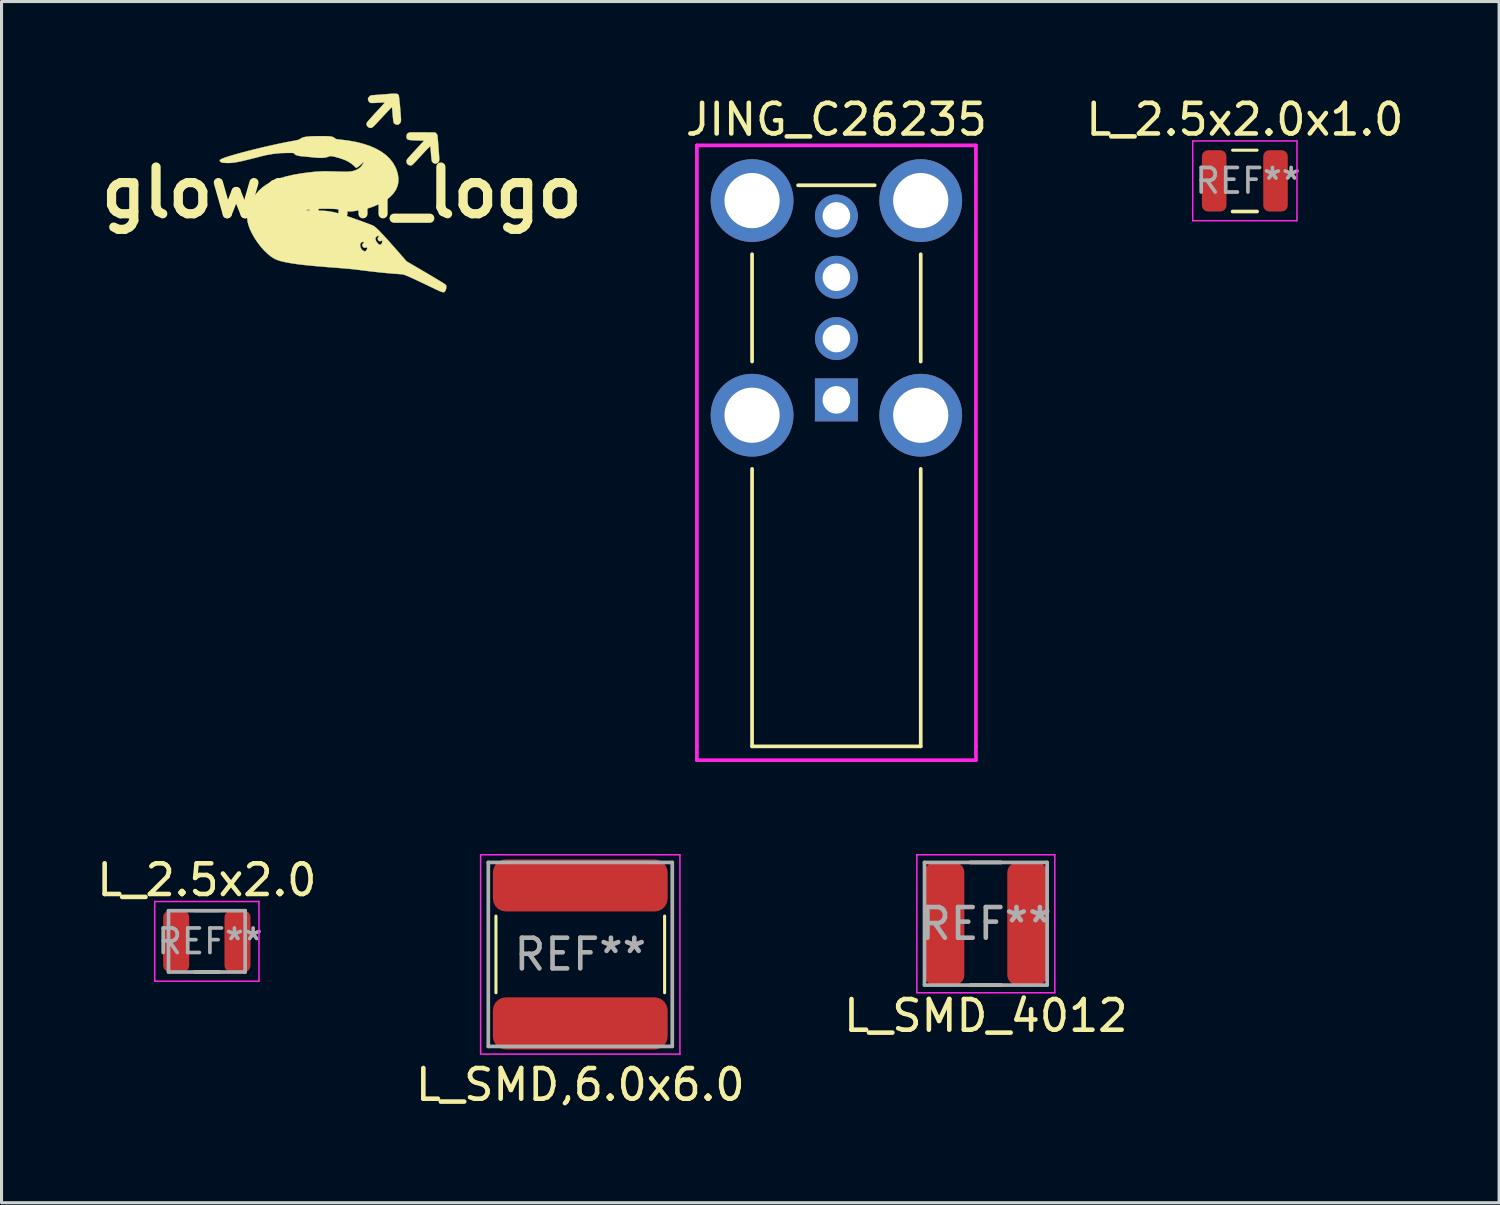
<source format=kicad_pcb>
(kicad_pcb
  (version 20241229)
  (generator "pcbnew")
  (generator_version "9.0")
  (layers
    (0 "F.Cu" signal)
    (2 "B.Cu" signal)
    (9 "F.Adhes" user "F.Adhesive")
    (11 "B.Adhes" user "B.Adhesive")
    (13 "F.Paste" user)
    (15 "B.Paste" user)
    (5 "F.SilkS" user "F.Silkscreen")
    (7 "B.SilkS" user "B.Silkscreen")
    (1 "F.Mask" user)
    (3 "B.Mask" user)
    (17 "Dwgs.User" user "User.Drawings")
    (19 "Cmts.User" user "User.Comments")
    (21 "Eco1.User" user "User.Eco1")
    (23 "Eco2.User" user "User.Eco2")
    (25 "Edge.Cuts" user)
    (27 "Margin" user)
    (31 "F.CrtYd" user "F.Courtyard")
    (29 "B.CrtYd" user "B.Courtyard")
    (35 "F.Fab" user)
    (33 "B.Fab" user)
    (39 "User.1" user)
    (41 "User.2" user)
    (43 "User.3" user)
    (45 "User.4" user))
  (footprint "L_SMD,6.0x6.0"
    (layer "F.Cu")
    (at 15.875 28.077)
    (property "Reference" "L_SMD,6.0x6.0" (at 0 4.25 0) (layer "F.SilkS") (effects (font (size 1 1) (thickness 0.15))))
    (attr smd)
    (fp_line (start -2.75 -1.25) (end -2.75 1.25) (stroke (width 0.1) (type solid)) (layer "F.SilkS"))
    (fp_line (start 2.75 1.25) (end 2.75 -1.25) (stroke (width 0.1) (type solid)) (layer "F.SilkS"))
    (fp_line (start -3.25 -3.25) (end -3.25 3.25) (stroke (width 0.05) (type solid)) (layer "F.CrtYd"))
    (fp_line (start -3.25 3.25) (end 3.25 3.25) (stroke (width 0.05) (type solid)) (layer "F.CrtYd"))
    (fp_line (start 3.25 -3.25) (end -3.25 -3.25) (stroke (width 0.05) (type solid)) (layer "F.CrtYd"))
    (fp_line (start 3.25 3.25) (end 3.25 -3.25) (stroke (width 0.05) (type solid)) (layer "F.CrtYd"))
    (fp_line (start -3 -3) (end -3 3) (stroke (width 0.12) (type solid)) (layer "F.Fab"))
    (fp_line (start -3 3) (end 3 3) (stroke (width 0.12) (type solid)) (layer "F.Fab"))
    (fp_line (start 3 -3) (end -3 -3) (stroke (width 0.12) (type solid)) (layer "F.Fab"))
    (fp_line (start 3 3) (end 3 -3) (stroke (width 0.12) (type solid)) (layer "F.Fab"))
    (fp_text user "REF**" (at 0 0 0) (layer "F.Fab") (effects (font (size 1 1) (thickness 0.15))))
    (pad "1" smd roundrect (at 0 -2.25 180) (size 5.7 1.7) (layers "F.Cu" "F.Mask" "F.Paste") (roundrect_rratio 0.25))
    (pad "2" smd roundrect (at 0 2.25) (size 5.7 1.7) (layers "F.Cu" "F.Mask" "F.Paste") (roundrect_rratio 0.25)))
  (footprint "JING_C26235"
    (layer "F.Cu")
    (at 24.228 9.992)
    (property "Reference" "JING_C26235" (at 0 -9.144 0) (layer "F.SilkS") (effects (font (size 1 1) (thickness 0.15))))
    (attr through_hole)
    (fp_line (start -2.75 -1.25) (end -2.75 -4.75) (stroke (width 0.12) (type solid)) (layer "F.SilkS"))
    (fp_line (start -2.75 11.3) (end -2.75 2.25) (stroke (width 0.12) (type solid)) (layer "F.SilkS"))
    (fp_line (start -1.25 -7) (end 1.25 -7) (stroke (width 0.12) (type solid)) (layer "F.SilkS"))
    (fp_line (start 2.75 -1.25) (end 2.75 -4.75) (stroke (width 0.12) (type solid)) (layer "F.SilkS"))
    (fp_line (start 2.75 11.3) (end -2.75 11.3) (stroke (width 0.12) (type solid)) (layer "F.SilkS"))
    (fp_line (start 2.75 11.3) (end 2.75 2.25) (stroke (width 0.12) (type solid)) (layer "F.SilkS"))
    (fp_line (start -4.55 -8.3) (end -4.55 11.3) (stroke (width 0.12) (type solid)) (layer "F.CrtYd"))
    (fp_line (start -4.55 -8.3) (end 4.55 -8.3) (stroke (width 0.12) (type solid)) (layer "F.CrtYd"))
    (fp_line (start -4.55 11.3) (end -4.55 11.75) (stroke (width 0.12) (type solid)) (layer "F.CrtYd"))
    (fp_line (start 4.55 -8.3) (end 4.55 11.3) (stroke (width 0.12) (type solid)) (layer "F.CrtYd"))
    (fp_line (start 4.55 11.3) (end 4.55 11.75) (stroke (width 0.12) (type solid)) (layer "F.CrtYd"))
    (fp_line (start 4.55 11.75) (end -4.55 11.75) (stroke (width 0.12) (type solid)) (layer "F.CrtYd"))
    (pad "1" thru_hole rect (at 0 0) (size 1.4 1.4) (drill 0.9) (layers "*.Cu" "*.Mask"))
    (pad "2" thru_hole circle (at 0 -2) (size 1.4 1.4) (drill 0.9) (layers "*.Cu" "*.Mask"))
    (pad "3" thru_hole circle (at 0 -4) (size 1.4 1.4) (drill 0.9) (layers "*.Cu" "*.Mask"))
    (pad "4" thru_hole circle (at 0 -6) (size 1.4 1.4) (drill 0.9) (layers "*.Cu" "*.Mask"))
    (pad "5" thru_hole circle (at -2.75 -6.5) (size 2.7 2.7) (drill 1.8) (layers "*.Cu" "*.Mask"))
    (pad "5" thru_hole circle (at -2.75 0.5) (size 2.7 2.7) (drill 1.8) (layers "*.Cu" "*.Mask"))
    (pad "5" thru_hole circle (at 2.75 -6.5) (size 2.7 2.7) (drill 1.8) (layers "*.Cu" "*.Mask"))
    (pad "5" thru_hole circle (at 2.75 0.5) (size 2.7 2.7) (drill 1.8) (layers "*.Cu" "*.Mask")))
  (footprint "gloworm_logo"
    (layer "F.Cu")
    (at 8.099 3.232)
    (property "Reference" "gloworm_logo" (at 0 0 0) (layer "F.SilkS") (effects (font (size 1.524 1.524) (thickness 0.3))))
    (attr through_hole)
    (fp_poly (pts (xy 2.609 -1.966) (xy 2.65 -1.966) (xy 3.046 -1.962) (xy 3.078 -1.932) (xy 3.103 -1.901) (xy 3.117 -1.869) (xy 3.117 -1.868) (xy 3.12 -1.847) (xy 3.124 -1.804) (xy 3.129 -1.743) (xy 3.136 -1.67) (xy 3.143 -1.587) (xy 3.149 -1.499) (xy 3.156 -1.411) (xy 3.163 -1.325) (xy 3.168 -1.246) (xy 3.173 -1.178) (xy 3.176 -1.125) (xy 3.178 -1.091) (xy 3.178 -1.09) (xy 3.171 -1.029) (xy 3.146 -0.985) (xy 3.102 -0.956) (xy 3.087 -0.951) (xy 3.051 -0.943) (xy 3.023 -0.947) (xy 2.995 -0.961) (xy 2.963 -0.986) (xy 2.94 -1.013) (xy 2.938 -1.017) (xy 2.932 -1.039) (xy 2.926 -1.082) (xy 2.919 -1.141) (xy 2.912 -1.211) (xy 2.908 -1.27) (xy 2.902 -1.343) (xy 2.896 -1.408) (xy 2.891 -1.46) (xy 2.887 -1.495) (xy 2.884 -1.508) (xy 2.873 -1.504) (xy 2.847 -1.482) (xy 2.806 -1.442) (xy 2.752 -1.387) (xy 2.686 -1.316) (xy 2.645 -1.273) (xy 2.558 -1.178) (xy 2.487 -1.1) (xy 2.429 -1.037) (xy 2.383 -0.988) (xy 2.348 -0.951) (xy 2.321 -0.925) (xy 2.301 -0.907) (xy 2.285 -0.896) (xy 2.274 -0.89) (xy 2.263 -0.888) (xy 2.252 -0.888) (xy 2.24 -0.889) (xy 2.237 -0.889) (xy 2.194 -0.894) (xy 2.16 -0.912) (xy 2.145 -0.926) (xy 2.118 -0.961) (xy 2.109 -1.001) (xy 2.108 -1.014) (xy 2.108 -1.029) (xy 2.109 -1.042) (xy 2.113 -1.056) (xy 2.121 -1.072) (xy 2.134 -1.093) (xy 2.156 -1.119) (xy 2.186 -1.155) (xy 2.227 -1.201) (xy 2.28 -1.26) (xy 2.348 -1.333) (xy 2.43 -1.422) (xy 2.681 -1.695) (xy 2.436 -1.702) (xy 2.336 -1.705) (xy 2.259 -1.71) (xy 2.201 -1.717) (xy 2.16 -1.728) (xy 2.133 -1.745) (xy 2.118 -1.768) (xy 2.11 -1.798) (xy 2.108 -1.837) (xy 2.108 -1.841) (xy 2.119 -1.895) (xy 2.151 -1.936) (xy 2.201 -1.96) (xy 2.212 -1.962) (xy 2.235 -1.964) (xy 2.28 -1.965) (xy 2.343 -1.966) (xy 2.421 -1.967) (xy 2.511 -1.967) (xy 2.609 -1.966)) (stroke (width 0.01) (type solid)) (fill yes) (layer "F.SilkS"))
    (fp_poly (pts (xy 1.768 -3.225) (xy 1.799 -3.22) (xy 1.822 -3.211) (xy 1.837 -3.199) (xy 1.849 -3.184) (xy 1.855 -3.173) (xy 1.859 -3.155) (xy 1.865 -3.115) (xy 1.872 -3.057) (xy 1.88 -2.985) (xy 1.888 -2.903) (xy 1.897 -2.815) (xy 1.905 -2.724) (xy 1.912 -2.634) (xy 1.919 -2.549) (xy 1.924 -2.473) (xy 1.928 -2.409) (xy 1.93 -2.362) (xy 1.93 -2.354) (xy 1.92 -2.3) (xy 1.891 -2.254) (xy 1.85 -2.223) (xy 1.829 -2.216) (xy 1.785 -2.217) (xy 1.738 -2.234) (xy 1.701 -2.261) (xy 1.692 -2.273) (xy 1.687 -2.293) (xy 1.68 -2.334) (xy 1.672 -2.391) (xy 1.664 -2.461) (xy 1.657 -2.538) (xy 1.657 -2.542) (xy 1.651 -2.618) (xy 1.645 -2.685) (xy 1.64 -2.738) (xy 1.636 -2.775) (xy 1.633 -2.79) (xy 1.633 -2.791) (xy 1.624 -2.783) (xy 1.599 -2.758) (xy 1.562 -2.719) (xy 1.513 -2.668) (xy 1.455 -2.607) (xy 1.39 -2.537) (xy 1.341 -2.484) (xy 1.27 -2.408) (xy 1.204 -2.337) (xy 1.143 -2.273) (xy 1.092 -2.219) (xy 1.051 -2.177) (xy 1.024 -2.149) (xy 1.014 -2.141) (xy 0.965 -2.113) (xy 0.913 -2.11) (xy 0.863 -2.132) (xy 0.853 -2.14) (xy 0.817 -2.184) (xy 0.804 -2.233) (xy 0.811 -2.275) (xy 0.822 -2.292) (xy 0.849 -2.325) (xy 0.889 -2.371) (xy 0.939 -2.429) (xy 0.999 -2.496) (xy 1.065 -2.569) (xy 1.116 -2.623) (xy 1.185 -2.698) (xy 1.248 -2.767) (xy 1.303 -2.827) (xy 1.348 -2.877) (xy 1.381 -2.914) (xy 1.4 -2.937) (xy 1.405 -2.943) (xy 1.391 -2.943) (xy 1.357 -2.942) (xy 1.306 -2.939) (xy 1.242 -2.935) (xy 1.186 -2.932) (xy 1.112 -2.927) (xy 1.045 -2.924) (xy 0.99 -2.923) (xy 0.951 -2.924) (xy 0.936 -2.925) (xy 0.902 -2.946) (xy 0.872 -2.982) (xy 0.854 -3.027) (xy 0.851 -3.052) (xy 0.861 -3.087) (xy 0.886 -3.123) (xy 0.92 -3.155) (xy 0.954 -3.173) (xy 0.967 -3.175) (xy 0.987 -3.176) (xy 1.029 -3.179) (xy 1.089 -3.184) (xy 1.164 -3.189) (xy 1.251 -3.196) (xy 1.346 -3.203) (xy 1.378 -3.206) (xy 1.496 -3.215) (xy 1.591 -3.222) (xy 1.666 -3.226) (xy 1.724 -3.227) (xy 1.768 -3.225)) (stroke (width 0.01) (type solid)) (fill yes) (layer "F.SilkS"))
    (fp_poly (pts (xy -0.599 -1.842) (xy -0.505 -1.841) (xy -0.43 -1.838) (xy -0.372 -1.832) (xy -0.326 -1.824) (xy -0.291 -1.813) (xy -0.262 -1.799) (xy -0.238 -1.781) (xy -0.23 -1.774) (xy -0.213 -1.76) (xy -0.191 -1.75) (xy -0.161 -1.742) (xy -0.116 -1.735) (xy -0.051 -1.729) (xy -0.044 -1.728) (xy 0.228 -1.694) (xy 0.48 -1.648) (xy 0.712 -1.588) (xy 0.924 -1.517) (xy 1.115 -1.433) (xy 1.284 -1.337) (xy 1.433 -1.229) (xy 1.559 -1.109) (xy 1.664 -0.977) (xy 1.746 -0.834) (xy 1.779 -0.758) (xy 1.824 -0.612) (xy 1.845 -0.472) (xy 1.842 -0.338) (xy 1.814 -0.211) (xy 1.761 -0.091) (xy 1.684 0.023) (xy 1.583 0.13) (xy 1.457 0.231) (xy 1.307 0.324) (xy 1.22 0.369) (xy 1.042 0.448) (xy 0.858 0.511) (xy 0.661 0.559) (xy 0.447 0.595) (xy 0.442 0.596) (xy 0.368 0.606) (xy 0.313 0.612) (xy 0.273 0.615) (xy 0.242 0.615) (xy 0.215 0.612) (xy 0.187 0.605) (xy 0.16 0.597) (xy 0.11 0.584) (xy 0.044 0.57) (xy -0.026 0.556) (xy -0.061 0.55) (xy -0.134 0.54) (xy -0.223 0.533) (xy -0.325 0.528) (xy -0.435 0.526) (xy -0.55 0.525) (xy -0.665 0.526) (xy -0.778 0.53) (xy -0.884 0.535) (xy -0.98 0.542) (xy -1.061 0.551) (xy -1.124 0.562) (xy -1.162 0.572) (xy -1.158 0.576) (xy -1.132 0.578) (xy -1.086 0.581) (xy -1.025 0.582) (xy -0.951 0.583) (xy -0.933 0.583) (xy -0.777 0.585) (xy -0.641 0.59) (xy -0.519 0.598) (xy -0.407 0.612) (xy -0.298 0.631) (xy -0.188 0.656) (xy -0.072 0.688) (xy 0.057 0.729) (xy 0.127 0.752) (xy 0.238 0.79) (xy 0.353 0.83) (xy 0.47 0.872) (xy 0.585 0.912) (xy 0.694 0.952) (xy 0.793 0.989) (xy 0.881 1.021) (xy 0.952 1.049) (xy 1.003 1.07) (xy 1.014 1.075) (xy 1.043 1.091) (xy 1.079 1.117) (xy 1.124 1.155) (xy 1.177 1.205) (xy 1.24 1.267) (xy 1.313 1.344) (xy 1.399 1.436) (xy 1.497 1.543) (xy 1.608 1.668) (xy 1.734 1.81) (xy 1.873 1.968) (xy 2.111 2.242) (xy 2.589 2.521) (xy 2.747 2.614) (xy 2.891 2.699) (xy 3.019 2.775) (xy 3.129 2.842) (xy 3.222 2.898) (xy 3.296 2.944) (xy 3.35 2.979) (xy 3.382 3.002) (xy 3.383 3.003) (xy 3.402 3.032) (xy 3.408 3.076) (xy 3.403 3.127) (xy 3.386 3.179) (xy 3.36 3.224) (xy 3.356 3.229) (xy 3.339 3.243) (xy 3.317 3.248) (xy 3.287 3.246) (xy 3.245 3.233) (xy 3.189 3.211) (xy 3.114 3.177) (xy 3.086 3.164) (xy 3.022 3.134) (xy 2.941 3.095) (xy 2.849 3.051) (xy 2.75 3.004) (xy 2.652 2.957) (xy 2.584 2.925) (xy 2.493 2.881) (xy 2.401 2.838) (xy 2.314 2.798) (xy 2.236 2.763) (xy 2.173 2.734) (xy 2.134 2.718) (xy 2.08 2.696) (xy 2.036 2.681) (xy 1.997 2.67) (xy 1.954 2.663) (xy 1.901 2.658) (xy 1.831 2.653) (xy 1.816 2.652) (xy 1.702 2.644) (xy 1.567 2.633) (xy 1.416 2.619) (xy 1.252 2.603) (xy 1.081 2.584) (xy 0.906 2.564) (xy 0.732 2.543) (xy 0.563 2.522) (xy 0.464 2.509) (xy 0.421 2.504) (xy 0.357 2.497) (xy 0.275 2.489) (xy 0.177 2.48) (xy 0.067 2.471) (xy -0.052 2.461) (xy -0.175 2.451) (xy -0.26 2.444) (xy -0.485 2.427) (xy -0.687 2.41) (xy -0.867 2.395) (xy -1.029 2.38) (xy -1.175 2.365) (xy -1.306 2.351) (xy -1.425 2.336) (xy -1.534 2.321) (xy -1.636 2.305) (xy -1.733 2.289) (xy -1.826 2.271) (xy -1.85 2.267) (xy -1.97 2.24) (xy -2.071 2.21) (xy -2.159 2.175) (xy -2.24 2.132) (xy -2.32 2.078) (xy -2.405 2.009) (xy -2.418 1.998) (xy -2.531 1.891) (xy -2.641 1.766) (xy -2.693 1.699) (xy 0.597 1.699) (xy 0.602 1.756) (xy 0.622 1.813) (xy 0.655 1.862) (xy 0.699 1.895) (xy 0.699 1.895) (xy 0.734 1.912) (xy 0.756 1.915) (xy 0.774 1.905) (xy 0.794 1.887) (xy 0.82 1.846) (xy 0.826 1.816) (xy 0.824 1.79) (xy 0.815 1.784) (xy 0.801 1.79) (xy 0.756 1.802) (xy 0.714 1.791) (xy 0.682 1.761) (xy 0.666 1.724) (xy 0.665 1.697) (xy 0.678 1.671) (xy 0.696 1.652) (xy 0.718 1.627) (xy 0.724 1.614) (xy 0.714 1.607) (xy 0.711 1.607) (xy 0.676 1.607) (xy 0.638 1.622) (xy 0.611 1.648) (xy 0.61 1.65) (xy 0.597 1.699) (xy -2.693 1.699) (xy -2.746 1.63) (xy -2.834 1.499) (xy 1.092 1.499) (xy 1.1 1.538) (xy 1.121 1.584) (xy 1.151 1.629) (xy 1.185 1.667) (xy 1.218 1.694) (xy 1.243 1.702) (xy 1.269 1.693) (xy 1.288 1.678) (xy 1.304 1.649) (xy 1.316 1.611) (xy 1.317 1.606) (xy 1.321 1.575) (xy 1.317 1.564) (xy 1.303 1.567) (xy 1.301 1.568) (xy 1.255 1.583) (xy 1.222 1.581) (xy 1.195 1.563) (xy 1.172 1.525) (xy 1.172 1.482) (xy 1.194 1.441) (xy 1.196 1.439) (xy 1.224 1.41) (xy 1.189 1.41) (xy 1.153 1.42) (xy 1.12 1.445) (xy 1.097 1.478) (xy 1.092 1.499) (xy -2.834 1.499) (xy -2.842 1.486) (xy -2.926 1.341) (xy -2.995 1.198) (xy -3.039 1.079) (xy -3.072 0.957) (xy -3.089 0.847) (xy -3.09 0.742) (xy -3.075 0.635) (xy -3.047 0.527) (xy -2.984 0.353) (xy -2.907 0.199) (xy -2.815 0.06) (xy -2.706 -0.065) (xy -2.706 -0.065) (xy -2.593 -0.167) (xy -2.467 -0.258) (xy -2.326 -0.34) (xy -2.169 -0.413) (xy -1.993 -0.477) (xy -1.797 -0.533) (xy -1.581 -0.582) (xy -1.343 -0.623) (xy -1.171 -0.647) (xy -1.022 -0.665) (xy -0.892 -0.679) (xy -0.772 -0.688) (xy -0.656 -0.694) (xy -0.537 -0.696) (xy -0.407 -0.694) (xy -0.279 -0.691) (xy -0.142 -0.687) (xy -0.028 -0.684) (xy 0.067 -0.682) (xy 0.146 -0.682) (xy 0.211 -0.684) (xy 0.265 -0.688) (xy 0.312 -0.694) (xy 0.354 -0.702) (xy 0.394 -0.713) (xy 0.435 -0.727) (xy 0.464 -0.738) (xy 0.538 -0.775) (xy 0.605 -0.828) (xy 0.66 -0.89) (xy 0.697 -0.956) (xy 0.705 -0.978) (xy 0.707 -0.992) (xy 0.699 -0.99) (xy 0.679 -0.972) (xy 0.658 -0.95) (xy 0.615 -0.908) (xy 0.564 -0.866) (xy 0.535 -0.846) (xy 0.468 -0.802) (xy 0.395 -0.874) (xy 0.309 -0.947) (xy 0.207 -1.012) (xy 0.087 -1.069) (xy -0.054 -1.119) (xy -0.189 -1.157) (xy -0.26 -1.175) (xy -0.312 -1.186) (xy -0.351 -1.191) (xy -0.382 -1.19) (xy -0.41 -1.183) (xy -0.442 -1.171) (xy -0.452 -1.167) (xy -0.519 -1.146) (xy -0.606 -1.135) (xy -0.715 -1.133) (xy -0.846 -1.141) (xy -0.921 -1.148) (xy -1.006 -1.157) (xy -1.098 -1.166) (xy -1.189 -1.175) (xy -1.265 -1.182) (xy -1.27 -1.182) (xy -1.371 -1.193) (xy -1.448 -1.209) (xy -1.503 -1.229) (xy -1.538 -1.254) (xy -1.549 -1.269) (xy -1.556 -1.279) (xy -1.566 -1.286) (xy -1.584 -1.291) (xy -1.614 -1.294) (xy -1.659 -1.295) (xy -1.724 -1.295) (xy -1.758 -1.295) (xy -2.004 -1.288) (xy -2.237 -1.264) (xy -2.466 -1.224) (xy -2.603 -1.192) (xy -2.779 -1.146) (xy -2.933 -1.107) (xy -3.066 -1.074) (xy -3.182 -1.046) (xy -3.282 -1.023) (xy -3.369 -1.005) (xy -3.444 -0.991) (xy -3.51 -0.981) (xy -3.57 -0.973) (xy -3.625 -0.969) (xy -3.678 -0.967) (xy -3.73 -0.967) (xy -3.76 -0.967) (xy -3.827 -0.97) (xy -3.874 -0.973) (xy -3.906 -0.979) (xy -3.928 -0.987) (xy -3.946 -0.998) (xy -3.976 -1.026) (xy -3.984 -1.05) (xy -3.967 -1.073) (xy -3.928 -1.096) (xy -3.874 -1.12) (xy -3.797 -1.148) (xy -3.699 -1.18) (xy -3.584 -1.215) (xy -3.453 -1.253) (xy -3.309 -1.293) (xy -3.154 -1.334) (xy -2.99 -1.377) (xy -2.821 -1.419) (xy -2.647 -1.461) (xy -2.471 -1.503) (xy -2.296 -1.542) (xy -2.125 -1.58) (xy -1.958 -1.615) (xy -1.8 -1.647) (xy -1.651 -1.675) (xy -1.568 -1.69) (xy -1.491 -1.704) (xy -1.434 -1.718) (xy -1.394 -1.731) (xy -1.367 -1.746) (xy -1.364 -1.748) (xy -1.328 -1.772) (xy -1.287 -1.792) (xy -1.238 -1.808) (xy -1.179 -1.82) (xy -1.107 -1.829) (xy -1.02 -1.836) (xy -0.914 -1.84) (xy -0.786 -1.842) (xy -0.716 -1.842) (xy -0.599 -1.842)) (stroke (width 0.01) (type solid)) (fill yes) (layer "F.SilkS")))
  (footprint "L_SMD_4012"
    (layer "F.Cu")
    (at 29.101 27.077)
    (property "Reference" "L_SMD_4012" (at 0 3 0) (layer "F.SilkS") (effects (font (size 1 1) (thickness 0.15))))
    (attr smd)
    (fp_line (start 0.5 -2) (end -0.5 -2) (stroke (width 0.12) (type solid)) (layer "F.SilkS"))
    (fp_line (start 0.5 2) (end -0.5 2) (stroke (width 0.12) (type solid)) (layer "F.SilkS"))
    (fp_line (start -2.25 -2.25) (end -2.25 2.25) (stroke (width 0.05) (type solid)) (layer "F.CrtYd"))
    (fp_line (start -2.25 2.25) (end 2.25 2.25) (stroke (width 0.05) (type solid)) (layer "F.CrtYd"))
    (fp_line (start 2.25 -2.25) (end -2.25 -2.25) (stroke (width 0.05) (type solid)) (layer "F.CrtYd"))
    (fp_line (start 2.25 2.25) (end 2.25 -2.25) (stroke (width 0.05) (type solid)) (layer "F.CrtYd"))
    (fp_line (start -2 -2) (end -2 2) (stroke (width 0.12) (type solid)) (layer "F.Fab"))
    (fp_line (start -2 2) (end 2 2) (stroke (width 0.12) (type solid)) (layer "F.Fab"))
    (fp_line (start 2 -2) (end -2 -2) (stroke (width 0.12) (type solid)) (layer "F.Fab"))
    (fp_line (start 2 2) (end 2 -2) (stroke (width 0.12) (type solid)) (layer "F.Fab"))
    (fp_text user "REF**" (at 0 0 0) (layer "F.Fab") (effects (font (size 1 1) (thickness 0.15))))
    (pad "1" smd roundrect (at -1.35 0 180) (size 1.3 4) (layers "F.Cu" "F.Mask" "F.Paste") (roundrect_rratio 0.25))
    (pad "2" smd roundrect (at 1.35 0) (size 1.3 4) (layers "F.Cu" "F.Mask" "F.Paste") (roundrect_rratio 0.25)))
  (footprint "L_2.5x2.0"
    (layer "F.Cu")
    (at 3.696 27.651)
    (property "Reference" "L_2.5x2.0" (at 0 -2 0) (layer "F.SilkS") (effects (font (size 1 1) (thickness 0.15))))
    (attr smd)
    (fp_line (start -0.4 -1) (end 0.4 -1) (stroke (width 0.1) (type solid)) (layer "F.SilkS"))
    (fp_line (start -0.4 1) (end 0.4 1) (stroke (width 0.12) (type solid)) (layer "F.SilkS"))
    (fp_line (start -1.7 -1.3) (end 1.7 -1.3) (stroke (width 0.05) (type solid)) (layer "F.CrtYd"))
    (fp_line (start -1.7 1.3) (end -1.7 -1.3) (stroke (width 0.05) (type solid)) (layer "F.CrtYd"))
    (fp_line (start 1.7 -1.3) (end 1.7 1.3) (stroke (width 0.05) (type solid)) (layer "F.CrtYd"))
    (fp_line (start 1.7 1.3) (end -1.7 1.3) (stroke (width 0.05) (type solid)) (layer "F.CrtYd"))
    (fp_line (start -1.25 -1) (end -1.25 1) (stroke (width 0.12) (type solid)) (layer "F.Fab"))
    (fp_line (start -1.25 1) (end 1.25 1) (stroke (width 0.12) (type solid)) (layer "F.Fab"))
    (fp_line (start 1.25 -1) (end -1.25 -1) (stroke (width 0.12) (type solid)) (layer "F.Fab"))
    (fp_line (start 1.25 1) (end 1.25 -1) (stroke (width 0.12) (type solid)) (layer "F.Fab"))
    (fp_text user "REF**" (at 0.1 0 0) (layer "F.Fab") (effects (font (size 0.8 0.8) (thickness 0.12))))
    (pad "1" smd roundrect (at -1 0) (size 0.85 2) (layers "F.Cu" "F.Mask" "F.Paste") (roundrect_rratio 0.25))
    (pad "2" smd roundrect (at 1 0) (size 0.85 2) (layers "F.Cu" "F.Mask" "F.Paste") (roundrect_rratio 0.25)))
  (footprint "L_2.5x2.0x1.0"
    (layer "F.Cu")
    (at 37.549 2.848)
    (property "Reference" "L_2.5x2.0x1.0" (at 0 -2 0) (layer "F.SilkS") (effects (font (size 1 1) (thickness 0.15))))
    (attr through_hole)
    (fp_line (start -0.4 -1) (end 0.4 -1) (stroke (width 0.1) (type solid)) (layer "F.SilkS"))
    (fp_line (start -0.4 1) (end 0.4 1) (stroke (width 0.12) (type solid)) (layer "F.SilkS"))
    (fp_line (start -1.7 -1.3) (end 1.7 -1.3) (stroke (width 0.05) (type solid)) (layer "F.CrtYd"))
    (fp_line (start -1.7 1.3) (end -1.7 -1.3) (stroke (width 0.05) (type solid)) (layer "F.CrtYd"))
    (fp_line (start 1.7 -1.3) (end 1.7 1.3) (stroke (width 0.05) (type solid)) (layer "F.CrtYd"))
    (fp_line (start 1.7 1.3) (end -1.7 1.3) (stroke (width 0.05) (type solid)) (layer "F.CrtYd"))
    (fp_text user "REF**" (at 0.1 0 0) (layer "F.Fab") (effects (font (size 0.8 0.8) (thickness 0.12))))
    (pad "1" smd roundrect (at -1 0) (size 0.8 2) (layers "F.Cu" "F.Mask" "F.Paste") (roundrect_rratio 0.25))
    (pad "2" smd roundrect (at 1 0) (size 0.8 2) (layers "F.Cu" "F.Mask" "F.Paste") (roundrect_rratio 0.25)))
  (gr_rect
    (start -3 -3)
    (end 45.841 36.175)
    (stroke (width 0.1) (type default))
    (fill no)
    (layer "Edge.Cuts")))
</source>
